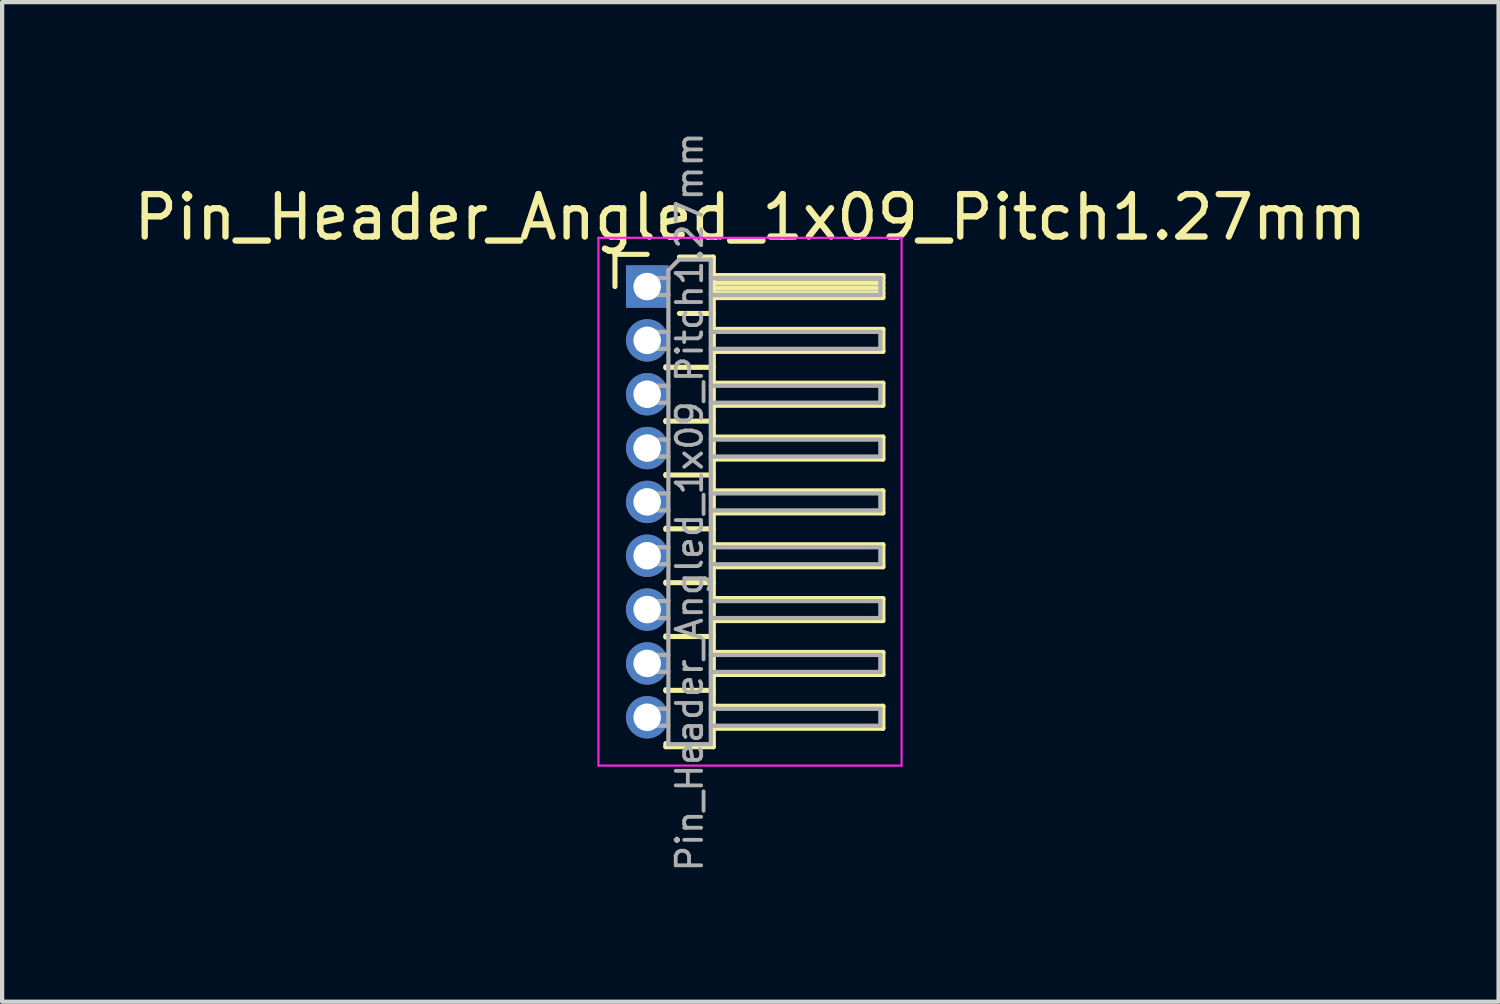
<source format=kicad_pcb>
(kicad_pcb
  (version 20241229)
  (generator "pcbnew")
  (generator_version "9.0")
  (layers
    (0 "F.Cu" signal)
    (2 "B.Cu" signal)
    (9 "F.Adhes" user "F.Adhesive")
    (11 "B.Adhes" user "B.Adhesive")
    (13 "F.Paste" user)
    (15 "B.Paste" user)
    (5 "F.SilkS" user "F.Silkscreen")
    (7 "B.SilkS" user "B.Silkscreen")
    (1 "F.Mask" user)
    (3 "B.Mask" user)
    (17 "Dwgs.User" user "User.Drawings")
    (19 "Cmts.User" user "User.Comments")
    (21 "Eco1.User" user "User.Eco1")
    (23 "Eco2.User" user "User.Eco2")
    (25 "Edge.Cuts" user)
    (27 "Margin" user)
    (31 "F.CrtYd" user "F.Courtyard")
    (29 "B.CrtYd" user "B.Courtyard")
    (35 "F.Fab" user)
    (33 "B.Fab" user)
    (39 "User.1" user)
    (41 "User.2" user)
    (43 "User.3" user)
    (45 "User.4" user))
  (footprint "Pin_Header_Angled_1x09_Pitch1.27mm"
    (layer "F.Cu")
    (at 12.216 3.709)
    (property "Reference" "Pin_Header_Angled_1x09_Pitch1.27mm" (at 2.433 -1.635 0) (layer "F.SilkS") (effects (font (size 1 1) (thickness 0.15))))
    (attr through_hole)
    (fp_line (start -0.76 -0.76) (end 0 -0.76) (stroke (width 0.12) (type solid)) (layer "F.SilkS"))
    (fp_line (start -0.76 0) (end -0.76 -0.76) (stroke (width 0.12) (type solid)) (layer "F.SilkS"))
    (fp_line (start 0.44 1.89) (end 0.44 1.92) (stroke (width 0.12) (type solid)) (layer "F.SilkS"))
    (fp_line (start 0.44 1.905) (end 1.56 1.905) (stroke (width 0.12) (type solid)) (layer "F.SilkS"))
    (fp_line (start 0.44 3.16) (end 0.44 3.19) (stroke (width 0.12) (type solid)) (layer "F.SilkS"))
    (fp_line (start 0.44 3.175) (end 1.56 3.175) (stroke (width 0.12) (type solid)) (layer "F.SilkS"))
    (fp_line (start 0.44 4.43) (end 0.44 4.46) (stroke (width 0.12) (type solid)) (layer "F.SilkS"))
    (fp_line (start 0.44 4.445) (end 1.56 4.445) (stroke (width 0.12) (type solid)) (layer "F.SilkS"))
    (fp_line (start 0.44 5.7) (end 0.44 5.73) (stroke (width 0.12) (type solid)) (layer "F.SilkS"))
    (fp_line (start 0.44 5.715) (end 1.56 5.715) (stroke (width 0.12) (type solid)) (layer "F.SilkS"))
    (fp_line (start 0.44 6.97) (end 0.44 7) (stroke (width 0.12) (type solid)) (layer "F.SilkS"))
    (fp_line (start 0.44 6.985) (end 1.56 6.985) (stroke (width 0.12) (type solid)) (layer "F.SilkS"))
    (fp_line (start 0.44 8.24) (end 0.44 8.27) (stroke (width 0.12) (type solid)) (layer "F.SilkS"))
    (fp_line (start 0.44 8.255) (end 1.56 8.255) (stroke (width 0.12) (type solid)) (layer "F.SilkS"))
    (fp_line (start 0.44 9.51) (end 0.44 9.54) (stroke (width 0.12) (type solid)) (layer "F.SilkS"))
    (fp_line (start 0.44 9.525) (end 1.56 9.525) (stroke (width 0.12) (type solid)) (layer "F.SilkS"))
    (fp_line (start 0.44 10.855) (end 0.44 10.78) (stroke (width 0.12) (type solid)) (layer "F.SilkS"))
    (fp_line (start 0.76 -0.695) (end 1.56 -0.695) (stroke (width 0.12) (type solid)) (layer "F.SilkS"))
    (fp_line (start 0.76 0.635) (end 1.56 0.635) (stroke (width 0.12) (type solid)) (layer "F.SilkS"))
    (fp_line (start 1.56 -0.695) (end 1.56 10.855) (stroke (width 0.12) (type solid)) (layer "F.SilkS"))
    (fp_line (start 1.56 -0.26) (end 5.56 -0.26) (stroke (width 0.12) (type solid)) (layer "F.SilkS"))
    (fp_line (start 1.56 -0.2) (end 5.56 -0.2) (stroke (width 0.12) (type solid)) (layer "F.SilkS"))
    (fp_line (start 1.56 -0.08) (end 5.56 -0.08) (stroke (width 0.12) (type solid)) (layer "F.SilkS"))
    (fp_line (start 1.56 0.04) (end 5.56 0.04) (stroke (width 0.12) (type solid)) (layer "F.SilkS"))
    (fp_line (start 1.56 0.16) (end 5.56 0.16) (stroke (width 0.12) (type solid)) (layer "F.SilkS"))
    (fp_line (start 1.56 1.01) (end 5.56 1.01) (stroke (width 0.12) (type solid)) (layer "F.SilkS"))
    (fp_line (start 1.56 2.28) (end 5.56 2.28) (stroke (width 0.12) (type solid)) (layer "F.SilkS"))
    (fp_line (start 1.56 3.55) (end 5.56 3.55) (stroke (width 0.12) (type solid)) (layer "F.SilkS"))
    (fp_line (start 1.56 4.82) (end 5.56 4.82) (stroke (width 0.12) (type solid)) (layer "F.SilkS"))
    (fp_line (start 1.56 6.09) (end 5.56 6.09) (stroke (width 0.12) (type solid)) (layer "F.SilkS"))
    (fp_line (start 1.56 7.36) (end 5.56 7.36) (stroke (width 0.12) (type solid)) (layer "F.SilkS"))
    (fp_line (start 1.56 8.63) (end 5.56 8.63) (stroke (width 0.12) (type solid)) (layer "F.SilkS"))
    (fp_line (start 1.56 9.9) (end 5.56 9.9) (stroke (width 0.12) (type solid)) (layer "F.SilkS"))
    (fp_line (start 1.56 10.855) (end 0.44 10.855) (stroke (width 0.12) (type solid)) (layer "F.SilkS"))
    (fp_line (start 5.56 -0.26) (end 5.56 0.26) (stroke (width 0.12) (type solid)) (layer "F.SilkS"))
    (fp_line (start 5.56 0.26) (end 1.56 0.26) (stroke (width 0.12) (type solid)) (layer "F.SilkS"))
    (fp_line (start 5.56 1.01) (end 5.56 1.53) (stroke (width 0.12) (type solid)) (layer "F.SilkS"))
    (fp_line (start 5.56 1.53) (end 1.56 1.53) (stroke (width 0.12) (type solid)) (layer "F.SilkS"))
    (fp_line (start 5.56 2.28) (end 5.56 2.8) (stroke (width 0.12) (type solid)) (layer "F.SilkS"))
    (fp_line (start 5.56 2.8) (end 1.56 2.8) (stroke (width 0.12) (type solid)) (layer "F.SilkS"))
    (fp_line (start 5.56 3.55) (end 5.56 4.07) (stroke (width 0.12) (type solid)) (layer "F.SilkS"))
    (fp_line (start 5.56 4.07) (end 1.56 4.07) (stroke (width 0.12) (type solid)) (layer "F.SilkS"))
    (fp_line (start 5.56 4.82) (end 5.56 5.34) (stroke (width 0.12) (type solid)) (layer "F.SilkS"))
    (fp_line (start 5.56 5.34) (end 1.56 5.34) (stroke (width 0.12) (type solid)) (layer "F.SilkS"))
    (fp_line (start 5.56 6.09) (end 5.56 6.61) (stroke (width 0.12) (type solid)) (layer "F.SilkS"))
    (fp_line (start 5.56 6.61) (end 1.56 6.61) (stroke (width 0.12) (type solid)) (layer "F.SilkS"))
    (fp_line (start 5.56 7.36) (end 5.56 7.88) (stroke (width 0.12) (type solid)) (layer "F.SilkS"))
    (fp_line (start 5.56 7.88) (end 1.56 7.88) (stroke (width 0.12) (type solid)) (layer "F.SilkS"))
    (fp_line (start 5.56 8.63) (end 5.56 9.15) (stroke (width 0.12) (type solid)) (layer "F.SilkS"))
    (fp_line (start 5.56 9.15) (end 1.56 9.15) (stroke (width 0.12) (type solid)) (layer "F.SilkS"))
    (fp_line (start 5.56 9.9) (end 5.56 10.42) (stroke (width 0.12) (type solid)) (layer "F.SilkS"))
    (fp_line (start 5.56 10.42) (end 1.56 10.42) (stroke (width 0.12) (type solid)) (layer "F.SilkS"))
    (fp_line (start -1.15 -1.15) (end -1.15 11.3) (stroke (width 0.05) (type solid)) (layer "F.CrtYd"))
    (fp_line (start -1.15 11.3) (end 6 11.3) (stroke (width 0.05) (type solid)) (layer "F.CrtYd"))
    (fp_line (start 6 -1.15) (end -1.15 -1.15) (stroke (width 0.05) (type solid)) (layer "F.CrtYd"))
    (fp_line (start 6 11.3) (end 6 -1.15) (stroke (width 0.05) (type solid)) (layer "F.CrtYd"))
    (fp_line (start -0.2 -0.2) (end -0.2 0.2) (stroke (width 0.1) (type solid)) (layer "F.Fab"))
    (fp_line (start -0.2 -0.2) (end 0.5 -0.2) (stroke (width 0.1) (type solid)) (layer "F.Fab"))
    (fp_line (start -0.2 0.2) (end 0.5 0.2) (stroke (width 0.1) (type solid)) (layer "F.Fab"))
    (fp_line (start -0.2 1.07) (end -0.2 1.47) (stroke (width 0.1) (type solid)) (layer "F.Fab"))
    (fp_line (start -0.2 1.07) (end 0.5 1.07) (stroke (width 0.1) (type solid)) (layer "F.Fab"))
    (fp_line (start -0.2 1.47) (end 0.5 1.47) (stroke (width 0.1) (type solid)) (layer "F.Fab"))
    (fp_line (start -0.2 2.34) (end -0.2 2.74) (stroke (width 0.1) (type solid)) (layer "F.Fab"))
    (fp_line (start -0.2 2.34) (end 0.5 2.34) (stroke (width 0.1) (type solid)) (layer "F.Fab"))
    (fp_line (start -0.2 2.74) (end 0.5 2.74) (stroke (width 0.1) (type solid)) (layer "F.Fab"))
    (fp_line (start -0.2 3.61) (end -0.2 4.01) (stroke (width 0.1) (type solid)) (layer "F.Fab"))
    (fp_line (start -0.2 3.61) (end 0.5 3.61) (stroke (width 0.1) (type solid)) (layer "F.Fab"))
    (fp_line (start -0.2 4.01) (end 0.5 4.01) (stroke (width 0.1) (type solid)) (layer "F.Fab"))
    (fp_line (start -0.2 4.88) (end -0.2 5.28) (stroke (width 0.1) (type solid)) (layer "F.Fab"))
    (fp_line (start -0.2 4.88) (end 0.5 4.88) (stroke (width 0.1) (type solid)) (layer "F.Fab"))
    (fp_line (start -0.2 5.28) (end 0.5 5.28) (stroke (width 0.1) (type solid)) (layer "F.Fab"))
    (fp_line (start -0.2 6.15) (end -0.2 6.55) (stroke (width 0.1) (type solid)) (layer "F.Fab"))
    (fp_line (start -0.2 6.15) (end 0.5 6.15) (stroke (width 0.1) (type solid)) (layer "F.Fab"))
    (fp_line (start -0.2 6.55) (end 0.5 6.55) (stroke (width 0.1) (type solid)) (layer "F.Fab"))
    (fp_line (start -0.2 7.42) (end -0.2 7.82) (stroke (width 0.1) (type solid)) (layer "F.Fab"))
    (fp_line (start -0.2 7.42) (end 0.5 7.42) (stroke (width 0.1) (type solid)) (layer "F.Fab"))
    (fp_line (start -0.2 7.82) (end 0.5 7.82) (stroke (width 0.1) (type solid)) (layer "F.Fab"))
    (fp_line (start -0.2 8.69) (end -0.2 9.09) (stroke (width 0.1) (type solid)) (layer "F.Fab"))
    (fp_line (start -0.2 8.69) (end 0.5 8.69) (stroke (width 0.1) (type solid)) (layer "F.Fab"))
    (fp_line (start -0.2 9.09) (end 0.5 9.09) (stroke (width 0.1) (type solid)) (layer "F.Fab"))
    (fp_line (start -0.2 9.96) (end -0.2 10.36) (stroke (width 0.1) (type solid)) (layer "F.Fab"))
    (fp_line (start -0.2 9.96) (end 0.5 9.96) (stroke (width 0.1) (type solid)) (layer "F.Fab"))
    (fp_line (start -0.2 10.36) (end 0.5 10.36) (stroke (width 0.1) (type solid)) (layer "F.Fab"))
    (fp_line (start 0.5 -0.385) (end 0.75 -0.635) (stroke (width 0.1) (type solid)) (layer "F.Fab"))
    (fp_line (start 0.5 10.795) (end 0.5 -0.385) (stroke (width 0.1) (type solid)) (layer "F.Fab"))
    (fp_line (start 0.75 -0.635) (end 1.5 -0.635) (stroke (width 0.1) (type solid)) (layer "F.Fab"))
    (fp_line (start 1.5 -0.635) (end 1.5 10.795) (stroke (width 0.1) (type solid)) (layer "F.Fab"))
    (fp_line (start 1.5 -0.2) (end 5.5 -0.2) (stroke (width 0.1) (type solid)) (layer "F.Fab"))
    (fp_line (start 1.5 0.2) (end 5.5 0.2) (stroke (width 0.1) (type solid)) (layer "F.Fab"))
    (fp_line (start 1.5 1.07) (end 5.5 1.07) (stroke (width 0.1) (type solid)) (layer "F.Fab"))
    (fp_line (start 1.5 1.47) (end 5.5 1.47) (stroke (width 0.1) (type solid)) (layer "F.Fab"))
    (fp_line (start 1.5 2.34) (end 5.5 2.34) (stroke (width 0.1) (type solid)) (layer "F.Fab"))
    (fp_line (start 1.5 2.74) (end 5.5 2.74) (stroke (width 0.1) (type solid)) (layer "F.Fab"))
    (fp_line (start 1.5 3.61) (end 5.5 3.61) (stroke (width 0.1) (type solid)) (layer "F.Fab"))
    (fp_line (start 1.5 4.01) (end 5.5 4.01) (stroke (width 0.1) (type solid)) (layer "F.Fab"))
    (fp_line (start 1.5 4.88) (end 5.5 4.88) (stroke (width 0.1) (type solid)) (layer "F.Fab"))
    (fp_line (start 1.5 5.28) (end 5.5 5.28) (stroke (width 0.1) (type solid)) (layer "F.Fab"))
    (fp_line (start 1.5 6.15) (end 5.5 6.15) (stroke (width 0.1) (type solid)) (layer "F.Fab"))
    (fp_line (start 1.5 6.55) (end 5.5 6.55) (stroke (width 0.1) (type solid)) (layer "F.Fab"))
    (fp_line (start 1.5 7.42) (end 5.5 7.42) (stroke (width 0.1) (type solid)) (layer "F.Fab"))
    (fp_line (start 1.5 7.82) (end 5.5 7.82) (stroke (width 0.1) (type solid)) (layer "F.Fab"))
    (fp_line (start 1.5 8.69) (end 5.5 8.69) (stroke (width 0.1) (type solid)) (layer "F.Fab"))
    (fp_line (start 1.5 9.09) (end 5.5 9.09) (stroke (width 0.1) (type solid)) (layer "F.Fab"))
    (fp_line (start 1.5 9.96) (end 5.5 9.96) (stroke (width 0.1) (type solid)) (layer "F.Fab"))
    (fp_line (start 1.5 10.36) (end 5.5 10.36) (stroke (width 0.1) (type solid)) (layer "F.Fab"))
    (fp_line (start 1.5 10.795) (end 0.5 10.795) (stroke (width 0.1) (type solid)) (layer "F.Fab"))
    (fp_line (start 5.5 -0.2) (end 5.5 0.2) (stroke (width 0.1) (type solid)) (layer "F.Fab"))
    (fp_line (start 5.5 1.07) (end 5.5 1.47) (stroke (width 0.1) (type solid)) (layer "F.Fab"))
    (fp_line (start 5.5 2.34) (end 5.5 2.74) (stroke (width 0.1) (type solid)) (layer "F.Fab"))
    (fp_line (start 5.5 3.61) (end 5.5 4.01) (stroke (width 0.1) (type solid)) (layer "F.Fab"))
    (fp_line (start 5.5 4.88) (end 5.5 5.28) (stroke (width 0.1) (type solid)) (layer "F.Fab"))
    (fp_line (start 5.5 6.15) (end 5.5 6.55) (stroke (width 0.1) (type solid)) (layer "F.Fab"))
    (fp_line (start 5.5 7.42) (end 5.5 7.82) (stroke (width 0.1) (type solid)) (layer "F.Fab"))
    (fp_line (start 5.5 8.69) (end 5.5 9.09) (stroke (width 0.1) (type solid)) (layer "F.Fab"))
    (fp_line (start 5.5 9.96) (end 5.5 10.36) (stroke (width 0.1) (type solid)) (layer "F.Fab"))
    (fp_text user "${REFERENCE}" (at 1 5.08 90) (layer "F.Fab") (effects (font (size 0.6 0.6) (thickness 0.09))))
    (pad "1" thru_hole rect (at 0 0) (size 1 1) (drill 0.65) (layers "*.Cu" "*.Mask"))
    (pad "2" thru_hole oval (at 0 1.27) (size 1 1) (drill 0.65) (layers "*.Cu" "*.Mask"))
    (pad "3" thru_hole oval (at 0 2.54) (size 1 1) (drill 0.65) (layers "*.Cu" "*.Mask"))
    (pad "4" thru_hole oval (at 0 3.81) (size 1 1) (drill 0.65) (layers "*.Cu" "*.Mask"))
    (pad "5" thru_hole oval (at 0 5.08) (size 1 1) (drill 0.65) (layers "*.Cu" "*.Mask"))
    (pad "6" thru_hole oval (at 0 6.35) (size 1 1) (drill 0.65) (layers "*.Cu" "*.Mask"))
    (pad "7" thru_hole oval (at 0 7.62) (size 1 1) (drill 0.65) (layers "*.Cu" "*.Mask"))
    (pad "8" thru_hole oval (at 0 8.89) (size 1 1) (drill 0.65) (layers "*.Cu" "*.Mask"))
    (pad "9" thru_hole oval (at 0 10.16) (size 1 1) (drill 0.65) (layers "*.Cu" "*.Mask")))
  (gr_rect
    (start -3 -3)
    (end 32.298 20.579)
    (stroke (width 0.1) (type default))
    (fill no)
    (layer "Edge.Cuts")))
</source>
